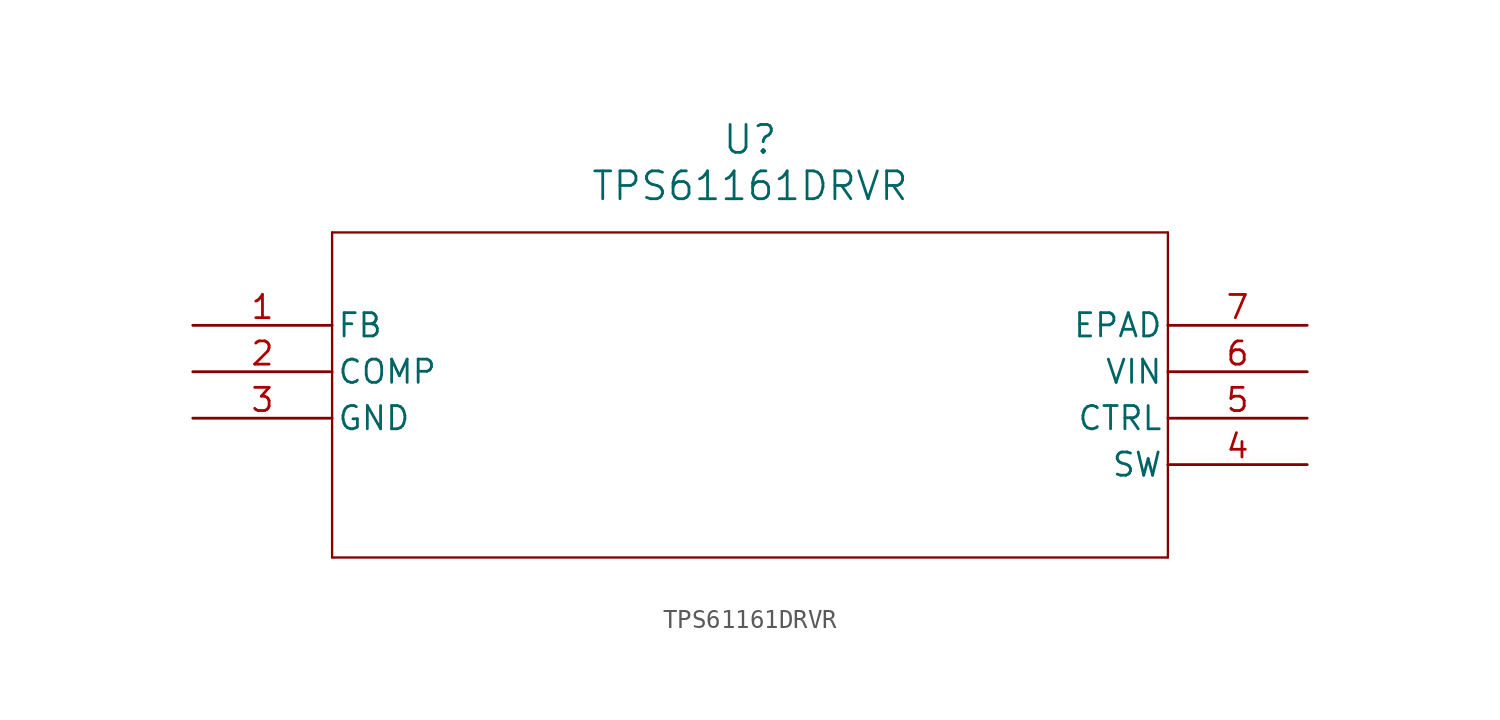
<source format=kicad_sym>
(kicad_symbol_lib
  (version 20211014)
  (generator kicad_symbol_editor)
  (symbol "TPS61161DRVR"
    (pin_names
      (offset 0.254))
    (property "Reference" "U"
      (at 30.48 10.16 0)
      (effects (font (size 1.524 1.524))))
    (property "Value" "TPS61161DRVR"
      (at 30.48 7.62 0)
      (effects (font (size 1.524 1.524))))
    (symbol "TPS61161DRVR_0_1"
      (polyline (pts (xy 7.62 5.08) (xy 7.62 -12.7)) (stroke (width 0.127) (type default) (color 0 0 0 0)) (fill (type none)))
      (polyline (pts (xy 7.62 -12.7) (xy 53.34 -12.7)) (stroke (width 0.127) (type default) (color 0 0 0 0)) (fill (type none)))
      (polyline (pts (xy 53.34 -12.7) (xy 53.34 5.08)) (stroke (width 0.127) (type default) (color 0 0 0 0)) (fill (type none)))
      (polyline (pts (xy 53.34 5.08) (xy 7.62 5.08)) (stroke (width 0.127) (type default) (color 0 0 0 0)) (fill (type none)))
      (pin input line (at 0 0 0) (length 7.62) (name "FB" (effects (font (size 1.27 1.27)))) (number "1" (effects (font (size 1.27 1.27)))))
      (pin output line (at 0 -2.54 0) (length 7.62) (name "COMP" (effects (font (size 1.27 1.27)))) (number "2" (effects (font (size 1.27 1.27)))))
      (pin output line (at 0 -5.08 0) (length 7.62) (name "GND" (effects (font (size 1.27 1.27)))) (number "3" (effects (font (size 1.27 1.27)))))
      (pin input line (at 60.96 -7.62 180) (length 7.62) (name "SW" (effects (font (size 1.27 1.27)))) (number "4" (effects (font (size 1.27 1.27)))))
      (pin input line (at 60.96 -5.08 180) (length 7.62) (name "CTRL" (effects (font (size 1.27 1.27)))) (number "5" (effects (font (size 1.27 1.27)))))
      (pin input line (at 60.96 -2.54 180) (length 7.62) (name "VIN" (effects (font (size 1.27 1.27)))) (number "6" (effects (font (size 1.27 1.27)))))
      (pin unspecified line (at 60.96 0 180) (length 7.62) (name "EPAD" (effects (font (size 1.27 1.27)))) (number "7" (effects (font (size 1.27 1.27))))))))
</source>
